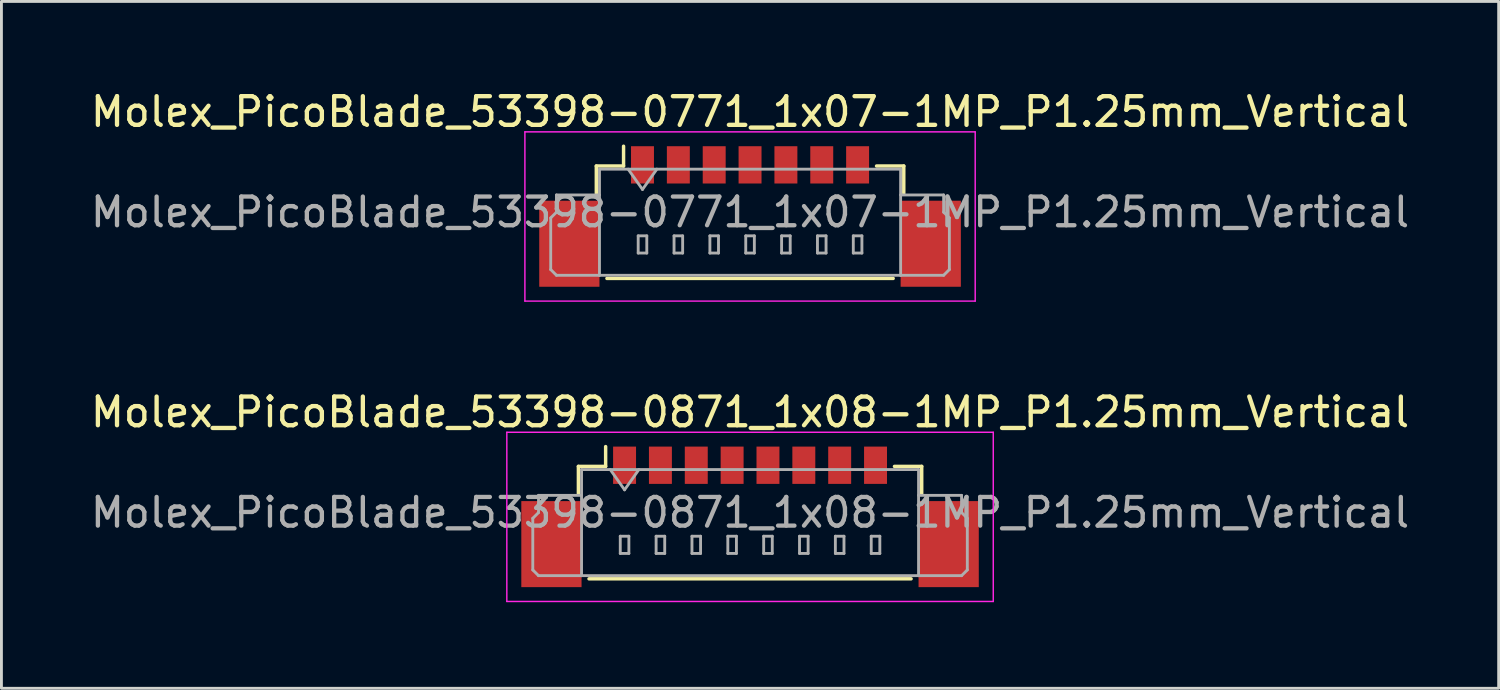
<source format=kicad_pcb>
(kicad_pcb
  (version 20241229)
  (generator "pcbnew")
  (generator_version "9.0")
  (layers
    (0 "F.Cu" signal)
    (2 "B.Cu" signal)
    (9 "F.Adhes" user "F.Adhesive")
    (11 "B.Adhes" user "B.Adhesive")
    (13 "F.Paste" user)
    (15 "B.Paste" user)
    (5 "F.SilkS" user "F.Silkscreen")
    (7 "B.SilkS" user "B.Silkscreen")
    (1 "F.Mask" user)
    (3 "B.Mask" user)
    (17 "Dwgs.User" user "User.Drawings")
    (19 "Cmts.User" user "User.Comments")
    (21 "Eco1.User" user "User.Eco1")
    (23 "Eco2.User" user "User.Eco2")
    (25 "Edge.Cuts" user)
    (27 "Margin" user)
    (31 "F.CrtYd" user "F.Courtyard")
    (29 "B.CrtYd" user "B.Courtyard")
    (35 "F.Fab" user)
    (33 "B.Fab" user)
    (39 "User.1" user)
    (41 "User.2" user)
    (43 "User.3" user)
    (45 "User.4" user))
  (footprint "Molex_PicoBlade_53398-0771_1x07-1MP_P1.25mm_Vertical"
    (layer "F.Cu")
    (at 23.101 3.948)
    (property "Reference" "Molex_PicoBlade_53398-0771_1x07-1MP_P1.25mm_Vertical" (at 0 -3.1 0) (layer "F.SilkS") (effects (font (size 1 1) (thickness 0.15))))
    (attr smd)
    (fp_line (start -5.36 -1.21) (end -4.41 -1.21) (stroke (width 0.12) (type solid)) (layer "F.SilkS"))
    (fp_line (start -5.36 -0.26) (end -5.36 -1.21) (stroke (width 0.12) (type solid)) (layer "F.SilkS"))
    (fp_line (start -4.99 2.71) (end 4.99 2.71) (stroke (width 0.12) (type solid)) (layer "F.SilkS"))
    (fp_line (start -4.41 -1.21) (end -4.41 -1.9) (stroke (width 0.12) (type solid)) (layer "F.SilkS"))
    (fp_line (start 5.36 -1.21) (end 4.41 -1.21) (stroke (width 0.12) (type solid)) (layer "F.SilkS"))
    (fp_line (start 5.36 -0.26) (end 5.36 -1.21) (stroke (width 0.12) (type solid)) (layer "F.SilkS"))
    (fp_line (start -7.85 -2.4) (end -7.85 3.5) (stroke (width 0.05) (type solid)) (layer "F.CrtYd"))
    (fp_line (start -7.85 3.5) (end 7.85 3.5) (stroke (width 0.05) (type solid)) (layer "F.CrtYd"))
    (fp_line (start 7.85 -2.4) (end -7.85 -2.4) (stroke (width 0.05) (type solid)) (layer "F.CrtYd"))
    (fp_line (start 7.85 3.5) (end 7.85 -2.4) (stroke (width 0.05) (type solid)) (layer "F.CrtYd"))
    (fp_line (start -6.95 0.6) (end -6.75 0.4) (stroke (width 0.1) (type solid)) (layer "F.Fab"))
    (fp_line (start -6.95 2.4) (end -6.95 0.6) (stroke (width 0.1) (type solid)) (layer "F.Fab"))
    (fp_line (start -6.75 -0.2) (end -5.25 -0.2) (stroke (width 0.1) (type solid)) (layer "F.Fab"))
    (fp_line (start -6.75 0.4) (end -6.75 -0.2) (stroke (width 0.1) (type solid)) (layer "F.Fab"))
    (fp_line (start -6.75 2.6) (end -6.95 2.4) (stroke (width 0.1) (type solid)) (layer "F.Fab"))
    (fp_line (start -5.25 -1.1) (end -5.25 2.6) (stroke (width 0.1) (type solid)) (layer "F.Fab"))
    (fp_line (start -5.25 -1.1) (end 5.25 -1.1) (stroke (width 0.1) (type solid)) (layer "F.Fab"))
    (fp_line (start -5.25 2.6) (end -6.75 2.6) (stroke (width 0.1) (type solid)) (layer "F.Fab"))
    (fp_line (start -5.25 2.6) (end 5.25 2.6) (stroke (width 0.1) (type solid)) (layer "F.Fab"))
    (fp_line (start -4.25 -1.1) (end -3.75 -0.393) (stroke (width 0.1) (type solid)) (layer "F.Fab"))
    (fp_line (start -3.9 1.225) (end -3.9 1.825) (stroke (width 0.1) (type solid)) (layer "F.Fab"))
    (fp_line (start -3.9 1.825) (end -3.6 1.825) (stroke (width 0.1) (type solid)) (layer "F.Fab"))
    (fp_line (start -3.75 -0.393) (end -3.25 -1.1) (stroke (width 0.1) (type solid)) (layer "F.Fab"))
    (fp_line (start -3.6 1.225) (end -3.9 1.225) (stroke (width 0.1) (type solid)) (layer "F.Fab"))
    (fp_line (start -3.6 1.825) (end -3.6 1.225) (stroke (width 0.1) (type solid)) (layer "F.Fab"))
    (fp_line (start -2.65 1.225) (end -2.65 1.825) (stroke (width 0.1) (type solid)) (layer "F.Fab"))
    (fp_line (start -2.65 1.825) (end -2.35 1.825) (stroke (width 0.1) (type solid)) (layer "F.Fab"))
    (fp_line (start -2.35 1.225) (end -2.65 1.225) (stroke (width 0.1) (type solid)) (layer "F.Fab"))
    (fp_line (start -2.35 1.825) (end -2.35 1.225) (stroke (width 0.1) (type solid)) (layer "F.Fab"))
    (fp_line (start -1.4 1.225) (end -1.4 1.825) (stroke (width 0.1) (type solid)) (layer "F.Fab"))
    (fp_line (start -1.4 1.825) (end -1.1 1.825) (stroke (width 0.1) (type solid)) (layer "F.Fab"))
    (fp_line (start -1.1 1.225) (end -1.4 1.225) (stroke (width 0.1) (type solid)) (layer "F.Fab"))
    (fp_line (start -1.1 1.825) (end -1.1 1.225) (stroke (width 0.1) (type solid)) (layer "F.Fab"))
    (fp_line (start -0.15 1.225) (end -0.15 1.825) (stroke (width 0.1) (type solid)) (layer "F.Fab"))
    (fp_line (start -0.15 1.825) (end 0.15 1.825) (stroke (width 0.1) (type solid)) (layer "F.Fab"))
    (fp_line (start 0.15 1.225) (end -0.15 1.225) (stroke (width 0.1) (type solid)) (layer "F.Fab"))
    (fp_line (start 0.15 1.825) (end 0.15 1.225) (stroke (width 0.1) (type solid)) (layer "F.Fab"))
    (fp_line (start 1.1 1.225) (end 1.1 1.825) (stroke (width 0.1) (type solid)) (layer "F.Fab"))
    (fp_line (start 1.1 1.825) (end 1.4 1.825) (stroke (width 0.1) (type solid)) (layer "F.Fab"))
    (fp_line (start 1.4 1.225) (end 1.1 1.225) (stroke (width 0.1) (type solid)) (layer "F.Fab"))
    (fp_line (start 1.4 1.825) (end 1.4 1.225) (stroke (width 0.1) (type solid)) (layer "F.Fab"))
    (fp_line (start 2.35 1.225) (end 2.35 1.825) (stroke (width 0.1) (type solid)) (layer "F.Fab"))
    (fp_line (start 2.35 1.825) (end 2.65 1.825) (stroke (width 0.1) (type solid)) (layer "F.Fab"))
    (fp_line (start 2.65 1.225) (end 2.35 1.225) (stroke (width 0.1) (type solid)) (layer "F.Fab"))
    (fp_line (start 2.65 1.825) (end 2.65 1.225) (stroke (width 0.1) (type solid)) (layer "F.Fab"))
    (fp_line (start 3.6 1.225) (end 3.6 1.825) (stroke (width 0.1) (type solid)) (layer "F.Fab"))
    (fp_line (start 3.6 1.825) (end 3.9 1.825) (stroke (width 0.1) (type solid)) (layer "F.Fab"))
    (fp_line (start 3.9 1.225) (end 3.6 1.225) (stroke (width 0.1) (type solid)) (layer "F.Fab"))
    (fp_line (start 3.9 1.825) (end 3.9 1.225) (stroke (width 0.1) (type solid)) (layer "F.Fab"))
    (fp_line (start 5.25 -1.1) (end 5.25 2.6) (stroke (width 0.1) (type solid)) (layer "F.Fab"))
    (fp_line (start 5.25 2.6) (end 6.75 2.6) (stroke (width 0.1) (type solid)) (layer "F.Fab"))
    (fp_line (start 6.75 -0.2) (end 5.25 -0.2) (stroke (width 0.1) (type solid)) (layer "F.Fab"))
    (fp_line (start 6.75 0.4) (end 6.75 -0.2) (stroke (width 0.1) (type solid)) (layer "F.Fab"))
    (fp_line (start 6.75 2.6) (end 6.95 2.4) (stroke (width 0.1) (type solid)) (layer "F.Fab"))
    (fp_line (start 6.95 0.6) (end 6.75 0.4) (stroke (width 0.1) (type solid)) (layer "F.Fab"))
    (fp_line (start 6.95 2.4) (end 6.95 0.6) (stroke (width 0.1) (type solid)) (layer "F.Fab"))
    (fp_text user "${REFERENCE}" (at 0 0.4 0) (layer "F.Fab") (effects (font (size 1 1) (thickness 0.15))))
    (pad "1" smd rect (at -3.75 -1.25) (size 0.8 1.3) (layers "F.Cu" "F.Mask" "F.Paste"))
    (pad "2" smd rect (at -2.5 -1.25) (size 0.8 1.3) (layers "F.Cu" "F.Mask" "F.Paste"))
    (pad "3" smd rect (at -1.25 -1.25) (size 0.8 1.3) (layers "F.Cu" "F.Mask" "F.Paste"))
    (pad "4" smd rect (at 0 -1.25) (size 0.8 1.3) (layers "F.Cu" "F.Mask" "F.Paste"))
    (pad "5" smd rect (at 1.25 -1.25) (size 0.8 1.3) (layers "F.Cu" "F.Mask" "F.Paste"))
    (pad "6" smd rect (at 2.5 -1.25) (size 0.8 1.3) (layers "F.Cu" "F.Mask" "F.Paste"))
    (pad "7" smd rect (at 3.75 -1.25) (size 0.8 1.3) (layers "F.Cu" "F.Mask" "F.Paste"))
    (pad "MP" smd rect (at -6.3 1.5) (size 2.1 3) (layers "F.Cu" "F.Mask" "F.Paste"))
    (pad "MP" smd rect (at 6.3 1.5) (size 2.1 3) (layers "F.Cu" "F.Mask" "F.Paste")))
  (footprint "Molex_PicoBlade_53398-0871_1x08-1MP_P1.25mm_Vertical"
    (layer "F.Cu")
    (at 23.101 14.421)
    (property "Reference" "Molex_PicoBlade_53398-0871_1x08-1MP_P1.25mm_Vertical" (at 0 -3.1 0) (layer "F.SilkS") (effects (font (size 1 1) (thickness 0.15))))
    (attr smd)
    (fp_line (start -5.985 -1.21) (end -5.035 -1.21) (stroke (width 0.12) (type solid)) (layer "F.SilkS"))
    (fp_line (start -5.985 -0.26) (end -5.985 -1.21) (stroke (width 0.12) (type solid)) (layer "F.SilkS"))
    (fp_line (start -5.615 2.71) (end 5.615 2.71) (stroke (width 0.12) (type solid)) (layer "F.SilkS"))
    (fp_line (start -5.035 -1.21) (end -5.035 -1.9) (stroke (width 0.12) (type solid)) (layer "F.SilkS"))
    (fp_line (start 5.985 -1.21) (end 5.035 -1.21) (stroke (width 0.12) (type solid)) (layer "F.SilkS"))
    (fp_line (start 5.985 -0.26) (end 5.985 -1.21) (stroke (width 0.12) (type solid)) (layer "F.SilkS"))
    (fp_line (start -8.48 -2.4) (end -8.48 3.5) (stroke (width 0.05) (type solid)) (layer "F.CrtYd"))
    (fp_line (start -8.48 3.5) (end 8.48 3.5) (stroke (width 0.05) (type solid)) (layer "F.CrtYd"))
    (fp_line (start 8.48 -2.4) (end -8.48 -2.4) (stroke (width 0.05) (type solid)) (layer "F.CrtYd"))
    (fp_line (start 8.48 3.5) (end 8.48 -2.4) (stroke (width 0.05) (type solid)) (layer "F.CrtYd"))
    (fp_line (start -7.575 0.6) (end -7.375 0.4) (stroke (width 0.1) (type solid)) (layer "F.Fab"))
    (fp_line (start -7.575 2.4) (end -7.575 0.6) (stroke (width 0.1) (type solid)) (layer "F.Fab"))
    (fp_line (start -7.375 -0.2) (end -5.875 -0.2) (stroke (width 0.1) (type solid)) (layer "F.Fab"))
    (fp_line (start -7.375 0.4) (end -7.375 -0.2) (stroke (width 0.1) (type solid)) (layer "F.Fab"))
    (fp_line (start -7.375 2.6) (end -7.575 2.4) (stroke (width 0.1) (type solid)) (layer "F.Fab"))
    (fp_line (start -5.875 -1.1) (end -5.875 2.6) (stroke (width 0.1) (type solid)) (layer "F.Fab"))
    (fp_line (start -5.875 -1.1) (end 5.875 -1.1) (stroke (width 0.1) (type solid)) (layer "F.Fab"))
    (fp_line (start -5.875 2.6) (end -7.375 2.6) (stroke (width 0.1) (type solid)) (layer "F.Fab"))
    (fp_line (start -5.875 2.6) (end 5.875 2.6) (stroke (width 0.1) (type solid)) (layer "F.Fab"))
    (fp_line (start -4.875 -1.1) (end -4.375 -0.393) (stroke (width 0.1) (type solid)) (layer "F.Fab"))
    (fp_line (start -4.525 1.225) (end -4.525 1.825) (stroke (width 0.1) (type solid)) (layer "F.Fab"))
    (fp_line (start -4.525 1.825) (end -4.225 1.825) (stroke (width 0.1) (type solid)) (layer "F.Fab"))
    (fp_line (start -4.375 -0.393) (end -3.875 -1.1) (stroke (width 0.1) (type solid)) (layer "F.Fab"))
    (fp_line (start -4.225 1.225) (end -4.525 1.225) (stroke (width 0.1) (type solid)) (layer "F.Fab"))
    (fp_line (start -4.225 1.825) (end -4.225 1.225) (stroke (width 0.1) (type solid)) (layer "F.Fab"))
    (fp_line (start -3.275 1.225) (end -3.275 1.825) (stroke (width 0.1) (type solid)) (layer "F.Fab"))
    (fp_line (start -3.275 1.825) (end -2.975 1.825) (stroke (width 0.1) (type solid)) (layer "F.Fab"))
    (fp_line (start -2.975 1.225) (end -3.275 1.225) (stroke (width 0.1) (type solid)) (layer "F.Fab"))
    (fp_line (start -2.975 1.825) (end -2.975 1.225) (stroke (width 0.1) (type solid)) (layer "F.Fab"))
    (fp_line (start -2.025 1.225) (end -2.025 1.825) (stroke (width 0.1) (type solid)) (layer "F.Fab"))
    (fp_line (start -2.025 1.825) (end -1.725 1.825) (stroke (width 0.1) (type solid)) (layer "F.Fab"))
    (fp_line (start -1.725 1.225) (end -2.025 1.225) (stroke (width 0.1) (type solid)) (layer "F.Fab"))
    (fp_line (start -1.725 1.825) (end -1.725 1.225) (stroke (width 0.1) (type solid)) (layer "F.Fab"))
    (fp_line (start -0.775 1.225) (end -0.775 1.825) (stroke (width 0.1) (type solid)) (layer "F.Fab"))
    (fp_line (start -0.775 1.825) (end -0.475 1.825) (stroke (width 0.1) (type solid)) (layer "F.Fab"))
    (fp_line (start -0.475 1.225) (end -0.775 1.225) (stroke (width 0.1) (type solid)) (layer "F.Fab"))
    (fp_line (start -0.475 1.825) (end -0.475 1.225) (stroke (width 0.1) (type solid)) (layer "F.Fab"))
    (fp_line (start 0.475 1.225) (end 0.475 1.825) (stroke (width 0.1) (type solid)) (layer "F.Fab"))
    (fp_line (start 0.475 1.825) (end 0.775 1.825) (stroke (width 0.1) (type solid)) (layer "F.Fab"))
    (fp_line (start 0.775 1.225) (end 0.475 1.225) (stroke (width 0.1) (type solid)) (layer "F.Fab"))
    (fp_line (start 0.775 1.825) (end 0.775 1.225) (stroke (width 0.1) (type solid)) (layer "F.Fab"))
    (fp_line (start 1.725 1.225) (end 1.725 1.825) (stroke (width 0.1) (type solid)) (layer "F.Fab"))
    (fp_line (start 1.725 1.825) (end 2.025 1.825) (stroke (width 0.1) (type solid)) (layer "F.Fab"))
    (fp_line (start 2.025 1.225) (end 1.725 1.225) (stroke (width 0.1) (type solid)) (layer "F.Fab"))
    (fp_line (start 2.025 1.825) (end 2.025 1.225) (stroke (width 0.1) (type solid)) (layer "F.Fab"))
    (fp_line (start 2.975 1.225) (end 2.975 1.825) (stroke (width 0.1) (type solid)) (layer "F.Fab"))
    (fp_line (start 2.975 1.825) (end 3.275 1.825) (stroke (width 0.1) (type solid)) (layer "F.Fab"))
    (fp_line (start 3.275 1.225) (end 2.975 1.225) (stroke (width 0.1) (type solid)) (layer "F.Fab"))
    (fp_line (start 3.275 1.825) (end 3.275 1.225) (stroke (width 0.1) (type solid)) (layer "F.Fab"))
    (fp_line (start 4.225 1.225) (end 4.225 1.825) (stroke (width 0.1) (type solid)) (layer "F.Fab"))
    (fp_line (start 4.225 1.825) (end 4.525 1.825) (stroke (width 0.1) (type solid)) (layer "F.Fab"))
    (fp_line (start 4.525 1.225) (end 4.225 1.225) (stroke (width 0.1) (type solid)) (layer "F.Fab"))
    (fp_line (start 4.525 1.825) (end 4.525 1.225) (stroke (width 0.1) (type solid)) (layer "F.Fab"))
    (fp_line (start 5.875 -1.1) (end 5.875 2.6) (stroke (width 0.1) (type solid)) (layer "F.Fab"))
    (fp_line (start 5.875 2.6) (end 7.375 2.6) (stroke (width 0.1) (type solid)) (layer "F.Fab"))
    (fp_line (start 7.375 -0.2) (end 5.875 -0.2) (stroke (width 0.1) (type solid)) (layer "F.Fab"))
    (fp_line (start 7.375 0.4) (end 7.375 -0.2) (stroke (width 0.1) (type solid)) (layer "F.Fab"))
    (fp_line (start 7.375 2.6) (end 7.575 2.4) (stroke (width 0.1) (type solid)) (layer "F.Fab"))
    (fp_line (start 7.575 0.6) (end 7.375 0.4) (stroke (width 0.1) (type solid)) (layer "F.Fab"))
    (fp_line (start 7.575 2.4) (end 7.575 0.6) (stroke (width 0.1) (type solid)) (layer "F.Fab"))
    (fp_text user "${REFERENCE}" (at 0 0.4 0) (layer "F.Fab") (effects (font (size 1 1) (thickness 0.15))))
    (pad "1" smd rect (at -4.375 -1.25) (size 0.8 1.3) (layers "F.Cu" "F.Mask" "F.Paste"))
    (pad "2" smd rect (at -3.125 -1.25) (size 0.8 1.3) (layers "F.Cu" "F.Mask" "F.Paste"))
    (pad "3" smd rect (at -1.875 -1.25) (size 0.8 1.3) (layers "F.Cu" "F.Mask" "F.Paste"))
    (pad "4" smd rect (at -0.625 -1.25) (size 0.8 1.3) (layers "F.Cu" "F.Mask" "F.Paste"))
    (pad "5" smd rect (at 0.625 -1.25) (size 0.8 1.3) (layers "F.Cu" "F.Mask" "F.Paste"))
    (pad "6" smd rect (at 1.875 -1.25) (size 0.8 1.3) (layers "F.Cu" "F.Mask" "F.Paste"))
    (pad "7" smd rect (at 3.125 -1.25) (size 0.8 1.3) (layers "F.Cu" "F.Mask" "F.Paste"))
    (pad "8" smd rect (at 4.375 -1.25) (size 0.8 1.3) (layers "F.Cu" "F.Mask" "F.Paste"))
    (pad "MP" smd rect (at -6.925 1.5) (size 2.1 3) (layers "F.Cu" "F.Mask" "F.Paste"))
    (pad "MP" smd rect (at 6.925 1.5) (size 2.1 3) (layers "F.Cu" "F.Mask" "F.Paste")))
  (gr_rect
    (start -3 -3)
    (end 49.202 20.947)
    (stroke (width 0.1) (type default))
    (fill no)
    (layer "Edge.Cuts")))
</source>
